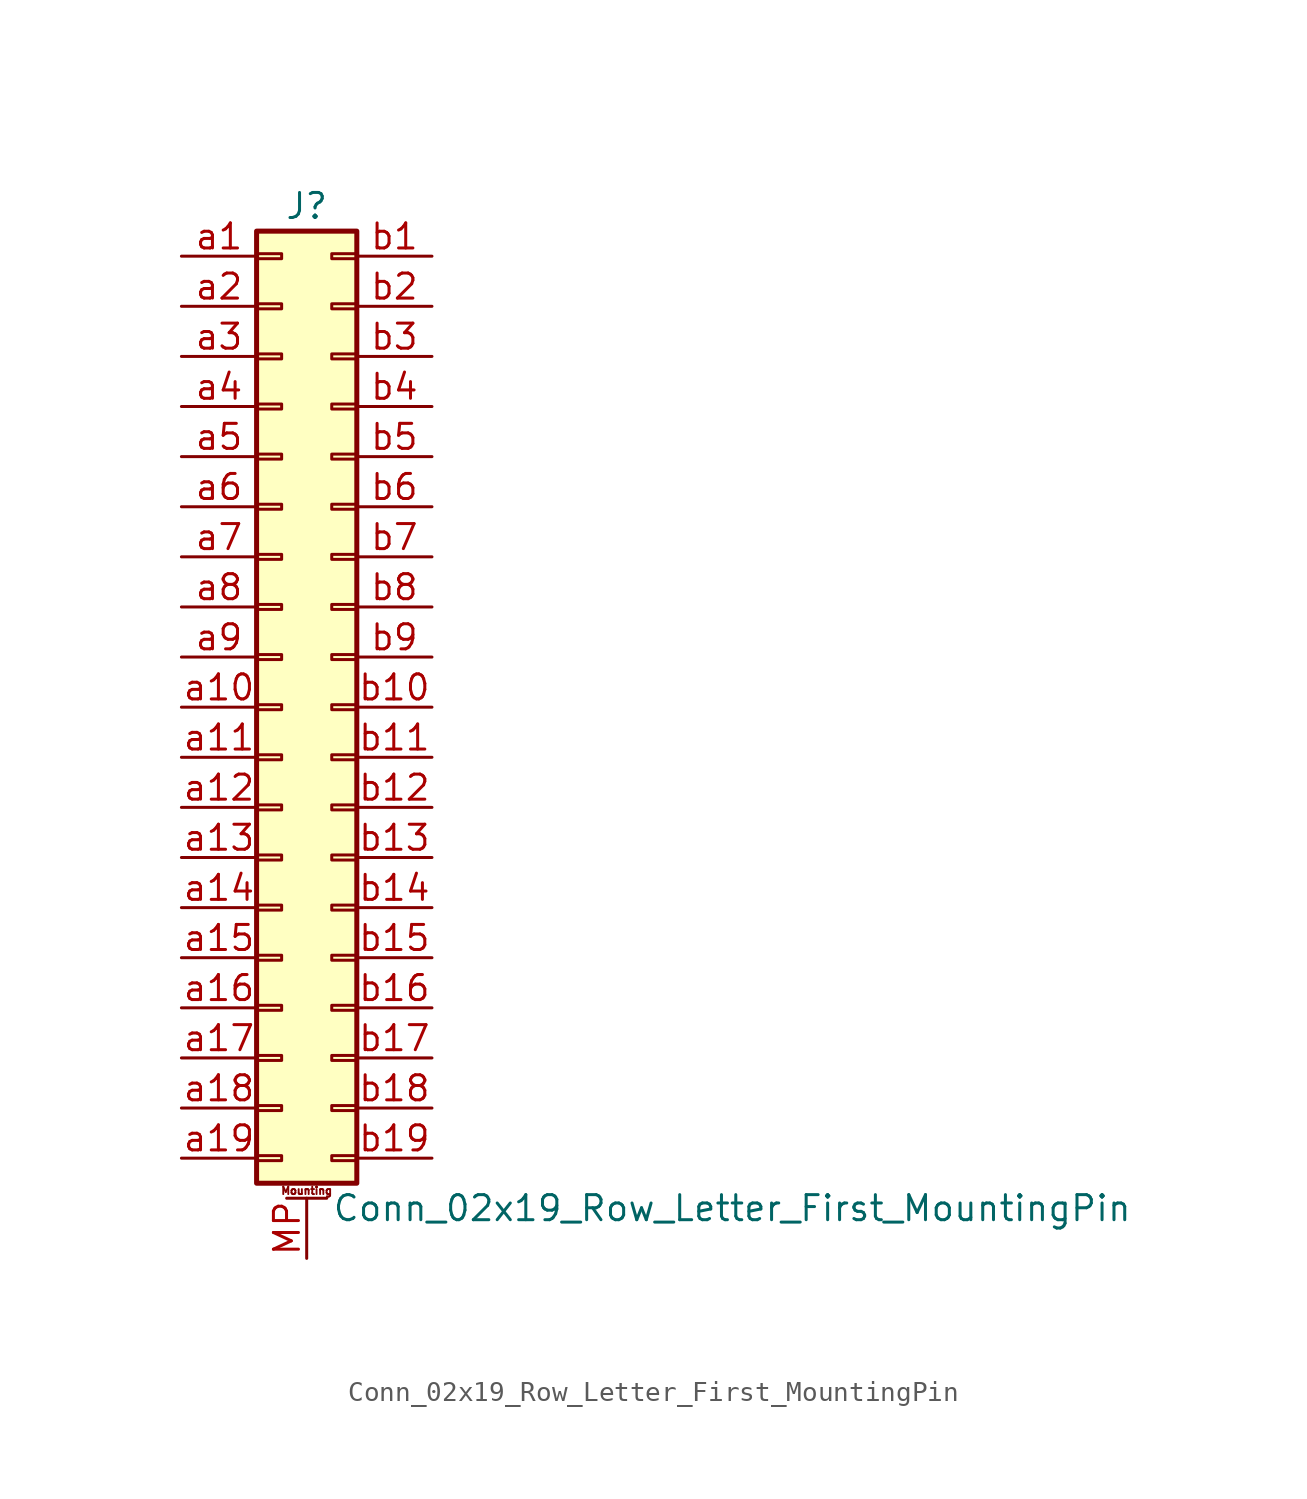
<source format=kicad_sym>
(kicad_symbol_lib
  (version 20201005)
  (generator kicad_symbol_editor)
  (symbol "Conn_02x19_Row_Letter_First_MountingPin"
    (pin_names
      (offset 1.016) hide)
    (property "Reference" "J"
      (at 1.27 25.4 0)
      (effects (font (size 1.27 1.27))))
    (property "Value" "Conn_02x19_Row_Letter_First_MountingPin"
      (at 2.54 -25.4 0)
      (effects (font (size 1.27 1.27)) (justify left)))
    (symbol "Conn_02x19_Row_Letter_First_MountingPin_1_1"
      (text "Mounting" (at 1.27 -24.511 0) (effects (font (size 0.381 0.381))))
      (rectangle (start -1.27 -22.733) (end 0 -22.987) (stroke (width 0.152)) (fill (type none)))
      (rectangle (start -1.27 -20.193) (end 0 -20.447) (stroke (width 0.152)) (fill (type none)))
      (rectangle (start -1.27 -17.653) (end 0 -17.907) (stroke (width 0.152)) (fill (type none)))
      (rectangle (start -1.27 -15.113) (end 0 -15.367) (stroke (width 0.152)) (fill (type none)))
      (rectangle (start -1.27 -12.573) (end 0 -12.827) (stroke (width 0.152)) (fill (type none)))
      (rectangle (start -1.27 -10.033) (end 0 -10.287) (stroke (width 0.152)) (fill (type none)))
      (rectangle (start -1.27 -7.493) (end 0 -7.747) (stroke (width 0.152)) (fill (type none)))
      (rectangle (start -1.27 -4.953) (end 0 -5.207) (stroke (width 0.152)) (fill (type none)))
      (rectangle (start -1.27 -2.413) (end 0 -2.667) (stroke (width 0.152)) (fill (type none)))
      (rectangle (start -1.27 0.127) (end 0 -0.127) (stroke (width 0.152)) (fill (type none)))
      (rectangle (start -1.27 2.667) (end 0 2.413) (stroke (width 0.152)) (fill (type none)))
      (rectangle (start -1.27 5.207) (end 0 4.953) (stroke (width 0.152)) (fill (type none)))
      (rectangle (start -1.27 7.747) (end 0 7.493) (stroke (width 0.152)) (fill (type none)))
      (rectangle (start -1.27 10.287) (end 0 10.033) (stroke (width 0.152)) (fill (type none)))
      (rectangle (start -1.27 12.827) (end 0 12.573) (stroke (width 0.152)) (fill (type none)))
      (rectangle (start -1.27 15.367) (end 0 15.113) (stroke (width 0.152)) (fill (type none)))
      (rectangle (start -1.27 17.907) (end 0 17.653) (stroke (width 0.152)) (fill (type none)))
      (rectangle (start -1.27 20.447) (end 0 20.193) (stroke (width 0.152)) (fill (type none)))
      (rectangle (start -1.27 22.987) (end 0 22.733) (stroke (width 0.152)) (fill (type none)))
      (rectangle (start 3.81 -22.733) (end 2.54 -22.987) (stroke (width 0.152)) (fill (type none)))
      (rectangle (start 3.81 -20.193) (end 2.54 -20.447) (stroke (width 0.152)) (fill (type none)))
      (rectangle (start 3.81 -17.653) (end 2.54 -17.907) (stroke (width 0.152)) (fill (type none)))
      (rectangle (start 3.81 -15.113) (end 2.54 -15.367) (stroke (width 0.152)) (fill (type none)))
      (rectangle (start 3.81 -12.573) (end 2.54 -12.827) (stroke (width 0.152)) (fill (type none)))
      (rectangle (start 3.81 -10.033) (end 2.54 -10.287) (stroke (width 0.152)) (fill (type none)))
      (rectangle (start 3.81 -7.493) (end 2.54 -7.747) (stroke (width 0.152)) (fill (type none)))
      (rectangle (start 3.81 -4.953) (end 2.54 -5.207) (stroke (width 0.152)) (fill (type none)))
      (rectangle (start 3.81 -2.413) (end 2.54 -2.667) (stroke (width 0.152)) (fill (type none)))
      (rectangle (start 3.81 0.127) (end 2.54 -0.127) (stroke (width 0.152)) (fill (type none)))
      (rectangle (start 3.81 2.667) (end 2.54 2.413) (stroke (width 0.152)) (fill (type none)))
      (rectangle (start 3.81 5.207) (end 2.54 4.953) (stroke (width 0.152)) (fill (type none)))
      (rectangle (start 3.81 7.747) (end 2.54 7.493) (stroke (width 0.152)) (fill (type none)))
      (rectangle (start 3.81 10.287) (end 2.54 10.033) (stroke (width 0.152)) (fill (type none)))
      (rectangle (start 3.81 12.827) (end 2.54 12.573) (stroke (width 0.152)) (fill (type none)))
      (rectangle (start 3.81 15.367) (end 2.54 15.113) (stroke (width 0.152)) (fill (type none)))
      (rectangle (start 3.81 17.907) (end 2.54 17.653) (stroke (width 0.152)) (fill (type none)))
      (rectangle (start 3.81 20.447) (end 2.54 20.193) (stroke (width 0.152)) (fill (type none)))
      (rectangle (start 3.81 22.987) (end 2.54 22.733) (stroke (width 0.152)) (fill (type none)))
      (rectangle (start -1.27 24.13) (end 3.81 -24.13) (stroke (width 0.254)) (fill (type background)))
      (polyline (pts (xy 0.254 -24.892) (xy 2.286 -24.892)) (stroke (width 0.152)) (fill (type none)))
      (pin passive line (at 1.27 -27.94 90) (length 3.048) (name "MountPin" (effects (font (size 1.27 1.27)))) (number "MP" (effects (font (size 1.27 1.27)))))
      (pin passive line (at -5.08 22.86 0) (length 3.81) (name "Pin_a1" (effects (font (size 1.27 1.27)))) (number "a1" (effects (font (size 1.27 1.27)))))
      (pin passive line (at -5.08 0 0) (length 3.81) (name "Pin_a10" (effects (font (size 1.27 1.27)))) (number "a10" (effects (font (size 1.27 1.27)))))
      (pin passive line (at -5.08 -2.54 0) (length 3.81) (name "Pin_a11" (effects (font (size 1.27 1.27)))) (number "a11" (effects (font (size 1.27 1.27)))))
      (pin passive line (at -5.08 -5.08 0) (length 3.81) (name "Pin_a12" (effects (font (size 1.27 1.27)))) (number "a12" (effects (font (size 1.27 1.27)))))
      (pin passive line (at -5.08 -7.62 0) (length 3.81) (name "Pin_a13" (effects (font (size 1.27 1.27)))) (number "a13" (effects (font (size 1.27 1.27)))))
      (pin passive line (at -5.08 -10.16 0) (length 3.81) (name "Pin_a14" (effects (font (size 1.27 1.27)))) (number "a14" (effects (font (size 1.27 1.27)))))
      (pin passive line (at -5.08 -12.7 0) (length 3.81) (name "Pin_a15" (effects (font (size 1.27 1.27)))) (number "a15" (effects (font (size 1.27 1.27)))))
      (pin passive line (at -5.08 -15.24 0) (length 3.81) (name "Pin_a16" (effects (font (size 1.27 1.27)))) (number "a16" (effects (font (size 1.27 1.27)))))
      (pin passive line (at -5.08 -17.78 0) (length 3.81) (name "Pin_a17" (effects (font (size 1.27 1.27)))) (number "a17" (effects (font (size 1.27 1.27)))))
      (pin passive line (at -5.08 -20.32 0) (length 3.81) (name "Pin_a18" (effects (font (size 1.27 1.27)))) (number "a18" (effects (font (size 1.27 1.27)))))
      (pin passive line (at -5.08 -22.86 0) (length 3.81) (name "Pin_a19" (effects (font (size 1.27 1.27)))) (number "a19" (effects (font (size 1.27 1.27)))))
      (pin passive line (at -5.08 20.32 0) (length 3.81) (name "Pin_a2" (effects (font (size 1.27 1.27)))) (number "a2" (effects (font (size 1.27 1.27)))))
      (pin passive line (at -5.08 17.78 0) (length 3.81) (name "Pin_a3" (effects (font (size 1.27 1.27)))) (number "a3" (effects (font (size 1.27 1.27)))))
      (pin passive line (at -5.08 15.24 0) (length 3.81) (name "Pin_a4" (effects (font (size 1.27 1.27)))) (number "a4" (effects (font (size 1.27 1.27)))))
      (pin passive line (at -5.08 12.7 0) (length 3.81) (name "Pin_a5" (effects (font (size 1.27 1.27)))) (number "a5" (effects (font (size 1.27 1.27)))))
      (pin passive line (at -5.08 10.16 0) (length 3.81) (name "Pin_a6" (effects (font (size 1.27 1.27)))) (number "a6" (effects (font (size 1.27 1.27)))))
      (pin passive line (at -5.08 7.62 0) (length 3.81) (name "Pin_a7" (effects (font (size 1.27 1.27)))) (number "a7" (effects (font (size 1.27 1.27)))))
      (pin passive line (at -5.08 5.08 0) (length 3.81) (name "Pin_a8" (effects (font (size 1.27 1.27)))) (number "a8" (effects (font (size 1.27 1.27)))))
      (pin passive line (at -5.08 2.54 0) (length 3.81) (name "Pin_a9" (effects (font (size 1.27 1.27)))) (number "a9" (effects (font (size 1.27 1.27)))))
      (pin passive line (at 7.62 22.86 180) (length 3.81) (name "Pin_b1" (effects (font (size 1.27 1.27)))) (number "b1" (effects (font (size 1.27 1.27)))))
      (pin passive line (at 7.62 0 180) (length 3.81) (name "Pin_b10" (effects (font (size 1.27 1.27)))) (number "b10" (effects (font (size 1.27 1.27)))))
      (pin passive line (at 7.62 -2.54 180) (length 3.81) (name "Pin_b11" (effects (font (size 1.27 1.27)))) (number "b11" (effects (font (size 1.27 1.27)))))
      (pin passive line (at 7.62 -5.08 180) (length 3.81) (name "Pin_b12" (effects (font (size 1.27 1.27)))) (number "b12" (effects (font (size 1.27 1.27)))))
      (pin passive line (at 7.62 -7.62 180) (length 3.81) (name "Pin_b13" (effects (font (size 1.27 1.27)))) (number "b13" (effects (font (size 1.27 1.27)))))
      (pin passive line (at 7.62 -10.16 180) (length 3.81) (name "Pin_b14" (effects (font (size 1.27 1.27)))) (number "b14" (effects (font (size 1.27 1.27)))))
      (pin passive line (at 7.62 -12.7 180) (length 3.81) (name "Pin_b15" (effects (font (size 1.27 1.27)))) (number "b15" (effects (font (size 1.27 1.27)))))
      (pin passive line (at 7.62 -15.24 180) (length 3.81) (name "Pin_b16" (effects (font (size 1.27 1.27)))) (number "b16" (effects (font (size 1.27 1.27)))))
      (pin passive line (at 7.62 -17.78 180) (length 3.81) (name "Pin_b17" (effects (font (size 1.27 1.27)))) (number "b17" (effects (font (size 1.27 1.27)))))
      (pin passive line (at 7.62 -20.32 180) (length 3.81) (name "Pin_b18" (effects (font (size 1.27 1.27)))) (number "b18" (effects (font (size 1.27 1.27)))))
      (pin passive line (at 7.62 -22.86 180) (length 3.81) (name "Pin_b19" (effects (font (size 1.27 1.27)))) (number "b19" (effects (font (size 1.27 1.27)))))
      (pin passive line (at 7.62 20.32 180) (length 3.81) (name "Pin_b2" (effects (font (size 1.27 1.27)))) (number "b2" (effects (font (size 1.27 1.27)))))
      (pin passive line (at 7.62 17.78 180) (length 3.81) (name "Pin_b3" (effects (font (size 1.27 1.27)))) (number "b3" (effects (font (size 1.27 1.27)))))
      (pin passive line (at 7.62 15.24 180) (length 3.81) (name "Pin_b4" (effects (font (size 1.27 1.27)))) (number "b4" (effects (font (size 1.27 1.27)))))
      (pin passive line (at 7.62 12.7 180) (length 3.81) (name "Pin_b5" (effects (font (size 1.27 1.27)))) (number "b5" (effects (font (size 1.27 1.27)))))
      (pin passive line (at 7.62 10.16 180) (length 3.81) (name "Pin_b6" (effects (font (size 1.27 1.27)))) (number "b6" (effects (font (size 1.27 1.27)))))
      (pin passive line (at 7.62 7.62 180) (length 3.81) (name "Pin_b7" (effects (font (size 1.27 1.27)))) (number "b7" (effects (font (size 1.27 1.27)))))
      (pin passive line (at 7.62 5.08 180) (length 3.81) (name "Pin_b8" (effects (font (size 1.27 1.27)))) (number "b8" (effects (font (size 1.27 1.27)))))
      (pin passive line (at 7.62 2.54 180) (length 3.81) (name "Pin_b9" (effects (font (size 1.27 1.27)))) (number "b9" (effects (font (size 1.27 1.27))))))))
</source>
